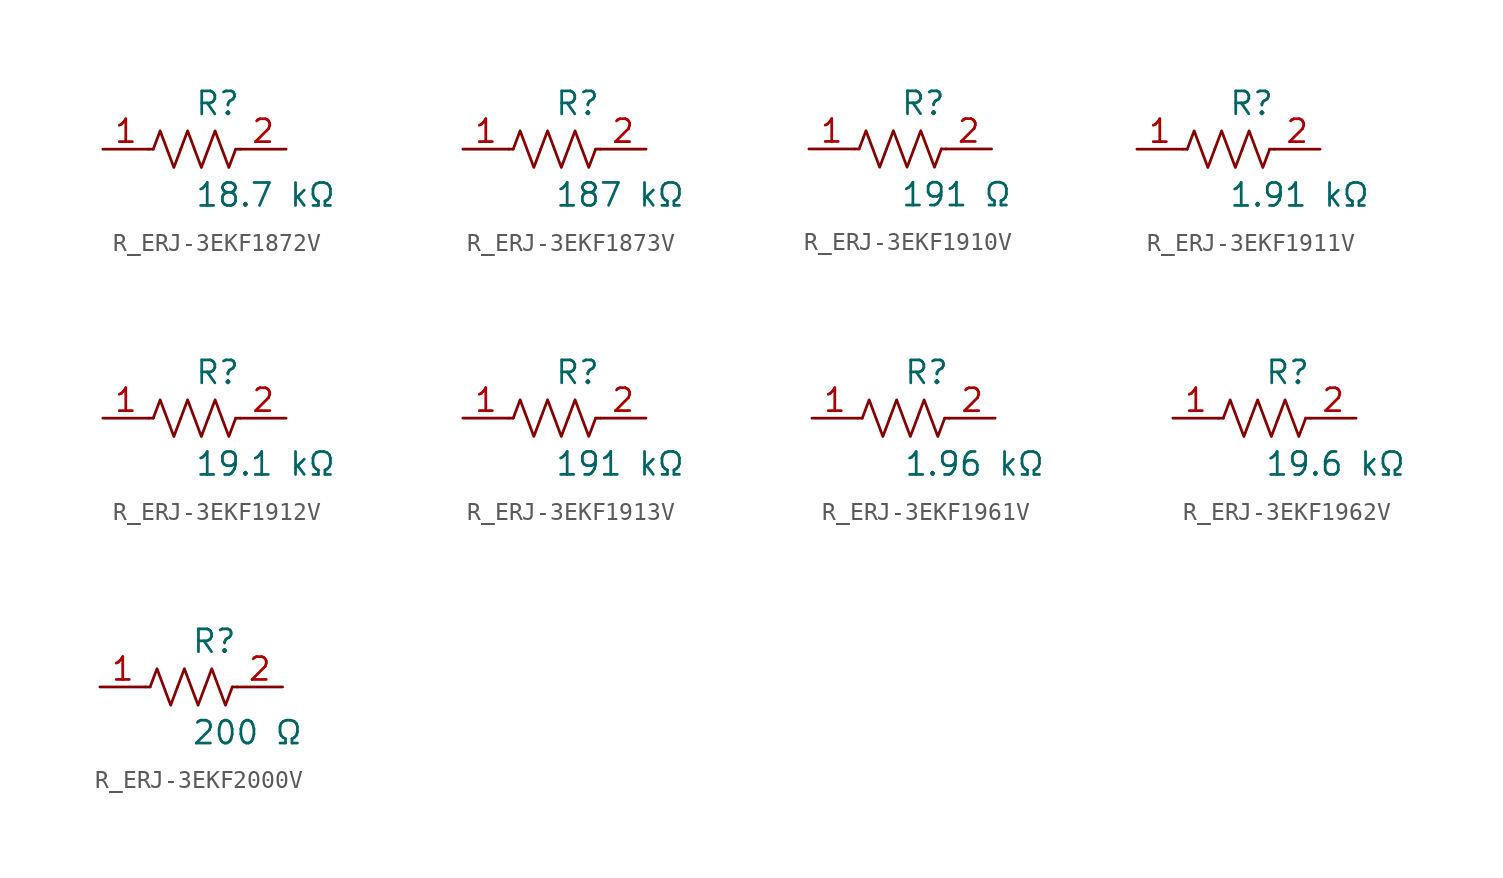
<source format=kicad_sym>
(kicad_symbol_lib
  (version 20231120)
  (generator kicad_symbol_editor)
  (generator_version 8.0)
  (symbol "R_ERJ-3EKF1872V"
    (pin_names
      (offset 0.254))
    (property "Reference" "R"
      (at 0.0 2.54 0)
      (effects (font (size 1.27 1.27)) (justify left)))
    (property "Value" "18.7 kΩ"
      (at 0.0 -2.54 0)
      (effects (font (size 1.27 1.27)) (justify left)))
    (symbol "R_ERJ-3EKF1872V_0_1"
      (polyline (pts (xy 2.286 0) (xy 2.54 0)) (stroke (width 0) (type default)) (fill (type none)))
      (polyline (pts (xy -2.286 0) (xy -2.54 0)) (stroke (width 0) (type default)) (fill (type none)))
      (polyline (pts (xy 0.762 0) (xy 1.143 1.016) (xy 1.524 0) (xy 1.905 -1.016) (xy 2.286 0)) (stroke (width 0) (type default)) (fill (type none)))
      (polyline (pts (xy -0.762 0) (xy -0.381 1.016) (xy 0 0) (xy 0.381 -1.016) (xy 0.762 0)) (stroke (width 0) (type default)) (fill (type none)))
      (polyline (pts (xy -2.286 0) (xy -1.905 1.016) (xy -1.524 0) (xy -1.143 -1.016) (xy -0.762 0)) (stroke (width 0) (type default)) (fill (type none))))
    (pin unspecified line
      (at -5.08 0 0)
      (length 2.54)
      (name "" (effects (font (size 1.27 1.27))))
      (number "1" (effects (font (size 1.27 1.27)))))
    (pin unspecified line
      (at 5.08 0 180)
      (length 2.54)
      (name "" (effects (font (size 1.27 1.27))))
      (number "2" (effects (font (size 1.27 1.27))))))
  (symbol "R_ERJ-3EKF1873V"
    (pin_names
      (offset 0.254))
    (property "Reference" "R"
      (at 0.0 2.54 0)
      (effects (font (size 1.27 1.27)) (justify left)))
    (property "Value" "187 kΩ"
      (at 0.0 -2.54 0)
      (effects (font (size 1.27 1.27)) (justify left)))
    (symbol "R_ERJ-3EKF1873V_0_1"
      (polyline (pts (xy 2.286 0) (xy 2.54 0)) (stroke (width 0) (type default)) (fill (type none)))
      (polyline (pts (xy -2.286 0) (xy -2.54 0)) (stroke (width 0) (type default)) (fill (type none)))
      (polyline (pts (xy 0.762 0) (xy 1.143 1.016) (xy 1.524 0) (xy 1.905 -1.016) (xy 2.286 0)) (stroke (width 0) (type default)) (fill (type none)))
      (polyline (pts (xy -0.762 0) (xy -0.381 1.016) (xy 0 0) (xy 0.381 -1.016) (xy 0.762 0)) (stroke (width 0) (type default)) (fill (type none)))
      (polyline (pts (xy -2.286 0) (xy -1.905 1.016) (xy -1.524 0) (xy -1.143 -1.016) (xy -0.762 0)) (stroke (width 0) (type default)) (fill (type none))))
    (pin unspecified line
      (at -5.08 0 0)
      (length 2.54)
      (name "" (effects (font (size 1.27 1.27))))
      (number "1" (effects (font (size 1.27 1.27)))))
    (pin unspecified line
      (at 5.08 0 180)
      (length 2.54)
      (name "" (effects (font (size 1.27 1.27))))
      (number "2" (effects (font (size 1.27 1.27))))))
  (symbol "R_ERJ-3EKF1910V"
    (pin_names
      (offset 0.254))
    (property "Reference" "R"
      (at 0.0 2.54 0)
      (effects (font (size 1.27 1.27)) (justify left)))
    (property "Value" "191 Ω"
      (at 0.0 -2.54 0)
      (effects (font (size 1.27 1.27)) (justify left)))
    (symbol "R_ERJ-3EKF1910V_0_1"
      (polyline (pts (xy 2.286 0) (xy 2.54 0)) (stroke (width 0) (type default)) (fill (type none)))
      (polyline (pts (xy -2.286 0) (xy -2.54 0)) (stroke (width 0) (type default)) (fill (type none)))
      (polyline (pts (xy 0.762 0) (xy 1.143 1.016) (xy 1.524 0) (xy 1.905 -1.016) (xy 2.286 0)) (stroke (width 0) (type default)) (fill (type none)))
      (polyline (pts (xy -0.762 0) (xy -0.381 1.016) (xy 0 0) (xy 0.381 -1.016) (xy 0.762 0)) (stroke (width 0) (type default)) (fill (type none)))
      (polyline (pts (xy -2.286 0) (xy -1.905 1.016) (xy -1.524 0) (xy -1.143 -1.016) (xy -0.762 0)) (stroke (width 0) (type default)) (fill (type none))))
    (pin unspecified line
      (at -5.08 0 0)
      (length 2.54)
      (name "" (effects (font (size 1.27 1.27))))
      (number "1" (effects (font (size 1.27 1.27)))))
    (pin unspecified line
      (at 5.08 0 180)
      (length 2.54)
      (name "" (effects (font (size 1.27 1.27))))
      (number "2" (effects (font (size 1.27 1.27))))))
  (symbol "R_ERJ-3EKF1911V"
    (pin_names
      (offset 0.254))
    (property "Reference" "R"
      (at 0.0 2.54 0)
      (effects (font (size 1.27 1.27)) (justify left)))
    (property "Value" "1.91 kΩ"
      (at 0.0 -2.54 0)
      (effects (font (size 1.27 1.27)) (justify left)))
    (symbol "R_ERJ-3EKF1911V_0_1"
      (polyline (pts (xy 2.286 0) (xy 2.54 0)) (stroke (width 0) (type default)) (fill (type none)))
      (polyline (pts (xy -2.286 0) (xy -2.54 0)) (stroke (width 0) (type default)) (fill (type none)))
      (polyline (pts (xy 0.762 0) (xy 1.143 1.016) (xy 1.524 0) (xy 1.905 -1.016) (xy 2.286 0)) (stroke (width 0) (type default)) (fill (type none)))
      (polyline (pts (xy -0.762 0) (xy -0.381 1.016) (xy 0 0) (xy 0.381 -1.016) (xy 0.762 0)) (stroke (width 0) (type default)) (fill (type none)))
      (polyline (pts (xy -2.286 0) (xy -1.905 1.016) (xy -1.524 0) (xy -1.143 -1.016) (xy -0.762 0)) (stroke (width 0) (type default)) (fill (type none))))
    (pin unspecified line
      (at -5.08 0 0)
      (length 2.54)
      (name "" (effects (font (size 1.27 1.27))))
      (number "1" (effects (font (size 1.27 1.27)))))
    (pin unspecified line
      (at 5.08 0 180)
      (length 2.54)
      (name "" (effects (font (size 1.27 1.27))))
      (number "2" (effects (font (size 1.27 1.27))))))
  (symbol "R_ERJ-3EKF1912V"
    (pin_names
      (offset 0.254))
    (property "Reference" "R"
      (at 0.0 2.54 0)
      (effects (font (size 1.27 1.27)) (justify left)))
    (property "Value" "19.1 kΩ"
      (at 0.0 -2.54 0)
      (effects (font (size 1.27 1.27)) (justify left)))
    (symbol "R_ERJ-3EKF1912V_0_1"
      (polyline (pts (xy 2.286 0) (xy 2.54 0)) (stroke (width 0) (type default)) (fill (type none)))
      (polyline (pts (xy -2.286 0) (xy -2.54 0)) (stroke (width 0) (type default)) (fill (type none)))
      (polyline (pts (xy 0.762 0) (xy 1.143 1.016) (xy 1.524 0) (xy 1.905 -1.016) (xy 2.286 0)) (stroke (width 0) (type default)) (fill (type none)))
      (polyline (pts (xy -0.762 0) (xy -0.381 1.016) (xy 0 0) (xy 0.381 -1.016) (xy 0.762 0)) (stroke (width 0) (type default)) (fill (type none)))
      (polyline (pts (xy -2.286 0) (xy -1.905 1.016) (xy -1.524 0) (xy -1.143 -1.016) (xy -0.762 0)) (stroke (width 0) (type default)) (fill (type none))))
    (pin unspecified line
      (at -5.08 0 0)
      (length 2.54)
      (name "" (effects (font (size 1.27 1.27))))
      (number "1" (effects (font (size 1.27 1.27)))))
    (pin unspecified line
      (at 5.08 0 180)
      (length 2.54)
      (name "" (effects (font (size 1.27 1.27))))
      (number "2" (effects (font (size 1.27 1.27))))))
  (symbol "R_ERJ-3EKF1913V"
    (pin_names
      (offset 0.254))
    (property "Reference" "R"
      (at 0.0 2.54 0)
      (effects (font (size 1.27 1.27)) (justify left)))
    (property "Value" "191 kΩ"
      (at 0.0 -2.54 0)
      (effects (font (size 1.27 1.27)) (justify left)))
    (symbol "R_ERJ-3EKF1913V_0_1"
      (polyline (pts (xy 2.286 0) (xy 2.54 0)) (stroke (width 0) (type default)) (fill (type none)))
      (polyline (pts (xy -2.286 0) (xy -2.54 0)) (stroke (width 0) (type default)) (fill (type none)))
      (polyline (pts (xy 0.762 0) (xy 1.143 1.016) (xy 1.524 0) (xy 1.905 -1.016) (xy 2.286 0)) (stroke (width 0) (type default)) (fill (type none)))
      (polyline (pts (xy -0.762 0) (xy -0.381 1.016) (xy 0 0) (xy 0.381 -1.016) (xy 0.762 0)) (stroke (width 0) (type default)) (fill (type none)))
      (polyline (pts (xy -2.286 0) (xy -1.905 1.016) (xy -1.524 0) (xy -1.143 -1.016) (xy -0.762 0)) (stroke (width 0) (type default)) (fill (type none))))
    (pin unspecified line
      (at -5.08 0 0)
      (length 2.54)
      (name "" (effects (font (size 1.27 1.27))))
      (number "1" (effects (font (size 1.27 1.27)))))
    (pin unspecified line
      (at 5.08 0 180)
      (length 2.54)
      (name "" (effects (font (size 1.27 1.27))))
      (number "2" (effects (font (size 1.27 1.27))))))
  (symbol "R_ERJ-3EKF1961V"
    (pin_names
      (offset 0.254))
    (property "Reference" "R"
      (at 0.0 2.54 0)
      (effects (font (size 1.27 1.27)) (justify left)))
    (property "Value" "1.96 kΩ"
      (at 0.0 -2.54 0)
      (effects (font (size 1.27 1.27)) (justify left)))
    (symbol "R_ERJ-3EKF1961V_0_1"
      (polyline (pts (xy 2.286 0) (xy 2.54 0)) (stroke (width 0) (type default)) (fill (type none)))
      (polyline (pts (xy -2.286 0) (xy -2.54 0)) (stroke (width 0) (type default)) (fill (type none)))
      (polyline (pts (xy 0.762 0) (xy 1.143 1.016) (xy 1.524 0) (xy 1.905 -1.016) (xy 2.286 0)) (stroke (width 0) (type default)) (fill (type none)))
      (polyline (pts (xy -0.762 0) (xy -0.381 1.016) (xy 0 0) (xy 0.381 -1.016) (xy 0.762 0)) (stroke (width 0) (type default)) (fill (type none)))
      (polyline (pts (xy -2.286 0) (xy -1.905 1.016) (xy -1.524 0) (xy -1.143 -1.016) (xy -0.762 0)) (stroke (width 0) (type default)) (fill (type none))))
    (pin unspecified line
      (at -5.08 0 0)
      (length 2.54)
      (name "" (effects (font (size 1.27 1.27))))
      (number "1" (effects (font (size 1.27 1.27)))))
    (pin unspecified line
      (at 5.08 0 180)
      (length 2.54)
      (name "" (effects (font (size 1.27 1.27))))
      (number "2" (effects (font (size 1.27 1.27))))))
  (symbol "R_ERJ-3EKF1962V"
    (pin_names
      (offset 0.254))
    (property "Reference" "R"
      (at 0.0 2.54 0)
      (effects (font (size 1.27 1.27)) (justify left)))
    (property "Value" "19.6 kΩ"
      (at 0.0 -2.54 0)
      (effects (font (size 1.27 1.27)) (justify left)))
    (symbol "R_ERJ-3EKF1962V_0_1"
      (polyline (pts (xy 2.286 0) (xy 2.54 0)) (stroke (width 0) (type default)) (fill (type none)))
      (polyline (pts (xy -2.286 0) (xy -2.54 0)) (stroke (width 0) (type default)) (fill (type none)))
      (polyline (pts (xy 0.762 0) (xy 1.143 1.016) (xy 1.524 0) (xy 1.905 -1.016) (xy 2.286 0)) (stroke (width 0) (type default)) (fill (type none)))
      (polyline (pts (xy -0.762 0) (xy -0.381 1.016) (xy 0 0) (xy 0.381 -1.016) (xy 0.762 0)) (stroke (width 0) (type default)) (fill (type none)))
      (polyline (pts (xy -2.286 0) (xy -1.905 1.016) (xy -1.524 0) (xy -1.143 -1.016) (xy -0.762 0)) (stroke (width 0) (type default)) (fill (type none))))
    (pin unspecified line
      (at -5.08 0 0)
      (length 2.54)
      (name "" (effects (font (size 1.27 1.27))))
      (number "1" (effects (font (size 1.27 1.27)))))
    (pin unspecified line
      (at 5.08 0 180)
      (length 2.54)
      (name "" (effects (font (size 1.27 1.27))))
      (number "2" (effects (font (size 1.27 1.27))))))
  (symbol "R_ERJ-3EKF2000V"
    (pin_names
      (offset 0.254))
    (property "Reference" "R"
      (at 0.0 2.54 0)
      (effects (font (size 1.27 1.27)) (justify left)))
    (property "Value" "200 Ω"
      (at 0.0 -2.54 0)
      (effects (font (size 1.27 1.27)) (justify left)))
    (symbol "R_ERJ-3EKF2000V_0_1"
      (polyline (pts (xy 2.286 0) (xy 2.54 0)) (stroke (width 0) (type default)) (fill (type none)))
      (polyline (pts (xy -2.286 0) (xy -2.54 0)) (stroke (width 0) (type default)) (fill (type none)))
      (polyline (pts (xy 0.762 0) (xy 1.143 1.016) (xy 1.524 0) (xy 1.905 -1.016) (xy 2.286 0)) (stroke (width 0) (type default)) (fill (type none)))
      (polyline (pts (xy -0.762 0) (xy -0.381 1.016) (xy 0 0) (xy 0.381 -1.016) (xy 0.762 0)) (stroke (width 0) (type default)) (fill (type none)))
      (polyline (pts (xy -2.286 0) (xy -1.905 1.016) (xy -1.524 0) (xy -1.143 -1.016) (xy -0.762 0)) (stroke (width 0) (type default)) (fill (type none))))
    (pin unspecified line
      (at -5.08 0 0)
      (length 2.54)
      (name "" (effects (font (size 1.27 1.27))))
      (number "1" (effects (font (size 1.27 1.27)))))
    (pin unspecified line
      (at 5.08 0 180)
      (length 2.54)
      (name "" (effects (font (size 1.27 1.27))))
      (number "2" (effects (font (size 1.27 1.27)))))))
</source>
